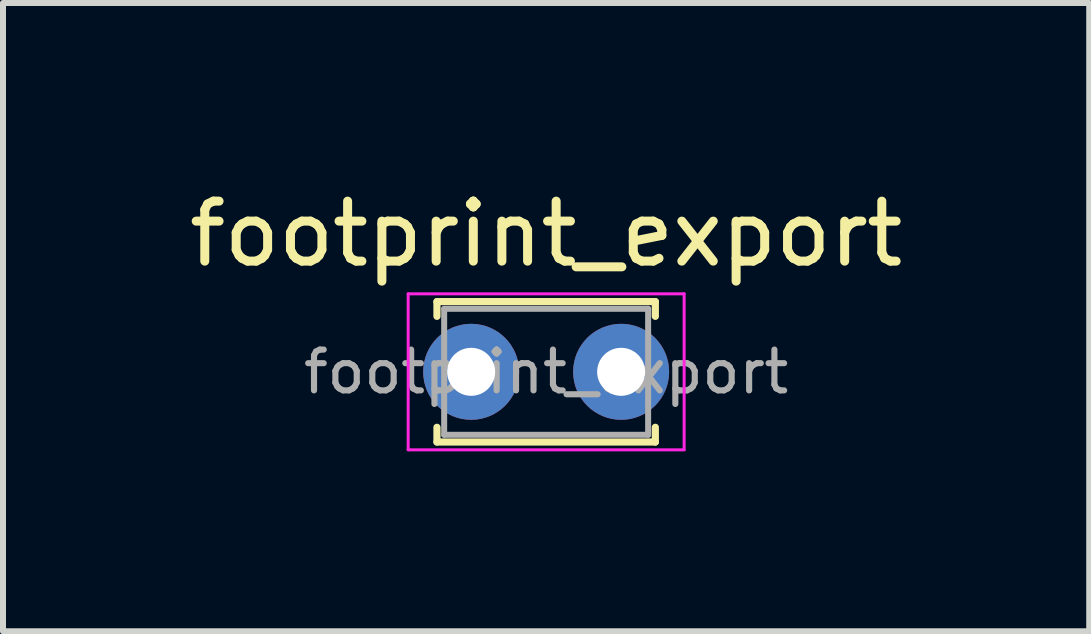
<source format=kicad_pcb>
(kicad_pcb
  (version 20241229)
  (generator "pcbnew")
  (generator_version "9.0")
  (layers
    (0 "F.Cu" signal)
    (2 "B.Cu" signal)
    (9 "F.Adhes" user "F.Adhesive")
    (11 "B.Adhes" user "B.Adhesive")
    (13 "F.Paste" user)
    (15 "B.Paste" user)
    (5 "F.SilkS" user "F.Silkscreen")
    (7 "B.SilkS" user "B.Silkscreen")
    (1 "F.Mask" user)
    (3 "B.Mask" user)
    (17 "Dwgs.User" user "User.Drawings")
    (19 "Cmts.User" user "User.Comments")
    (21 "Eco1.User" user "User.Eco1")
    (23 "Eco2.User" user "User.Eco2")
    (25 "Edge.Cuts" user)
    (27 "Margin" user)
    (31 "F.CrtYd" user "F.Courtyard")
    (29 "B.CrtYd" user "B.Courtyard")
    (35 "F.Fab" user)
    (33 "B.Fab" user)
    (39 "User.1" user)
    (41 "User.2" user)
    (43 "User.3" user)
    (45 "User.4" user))
  (footprint "footprint_export"
    (layer "F.Cu")
    (at 4.804 3.148)
    (property "Reference" "footprint_export" (at 1.25 -2.3 0) (layer "F.SilkS") (effects (font (size 1 1) (thickness 0.15))))
    (attr through_hole)
    (fp_line (start -0.57 -1.17) (end -0.57 -0.925) (stroke (width 0.12) (type solid)) (layer "F.SilkS"))
    (fp_line (start -0.57 -1.17) (end 3.07 -1.17) (stroke (width 0.12) (type solid)) (layer "F.SilkS"))
    (fp_line (start -0.57 0.925) (end -0.57 1.17) (stroke (width 0.12) (type solid)) (layer "F.SilkS"))
    (fp_line (start -0.57 1.17) (end 3.07 1.17) (stroke (width 0.12) (type solid)) (layer "F.SilkS"))
    (fp_line (start 3.07 -1.17) (end 3.07 -0.925) (stroke (width 0.12) (type solid)) (layer "F.SilkS"))
    (fp_line (start 3.07 0.925) (end 3.07 1.17) (stroke (width 0.12) (type solid)) (layer "F.SilkS"))
    (fp_line (start -1.05 -1.3) (end -1.05 1.3) (stroke (width 0.05) (type solid)) (layer "F.CrtYd"))
    (fp_line (start -1.05 1.3) (end 3.55 1.3) (stroke (width 0.05) (type solid)) (layer "F.CrtYd"))
    (fp_line (start 3.55 -1.3) (end -1.05 -1.3) (stroke (width 0.05) (type solid)) (layer "F.CrtYd"))
    (fp_line (start 3.55 1.3) (end 3.55 -1.3) (stroke (width 0.05) (type solid)) (layer "F.CrtYd"))
    (fp_line (start -0.45 -1.05) (end -0.45 1.05) (stroke (width 0.1) (type solid)) (layer "F.Fab"))
    (fp_line (start -0.45 1.05) (end 2.95 1.05) (stroke (width 0.1) (type solid)) (layer "F.Fab"))
    (fp_line (start 2.95 -1.05) (end -0.45 -1.05) (stroke (width 0.1) (type solid)) (layer "F.Fab"))
    (fp_line (start 2.95 1.05) (end 2.95 -1.05) (stroke (width 0.1) (type solid)) (layer "F.Fab"))
    (fp_text user "${REFERENCE}" (at 1.25 0 0) (layer "F.Fab") (effects (font (size 0.68 0.68) (thickness 0.102))))
    (pad "1" thru_hole circle (at 0 0) (size 1.6 1.6) (drill 0.8) (layers "*.Cu" "*.Mask"))
    (pad "2" thru_hole circle (at 2.5 0) (size 1.6 1.6) (drill 0.8) (layers "*.Cu" "*.Mask")))
  (gr_rect
    (start -3 -3)
    (end 15.107 7.473)
    (stroke (width 0.1) (type default))
    (fill no)
    (layer "Edge.Cuts")))
</source>
